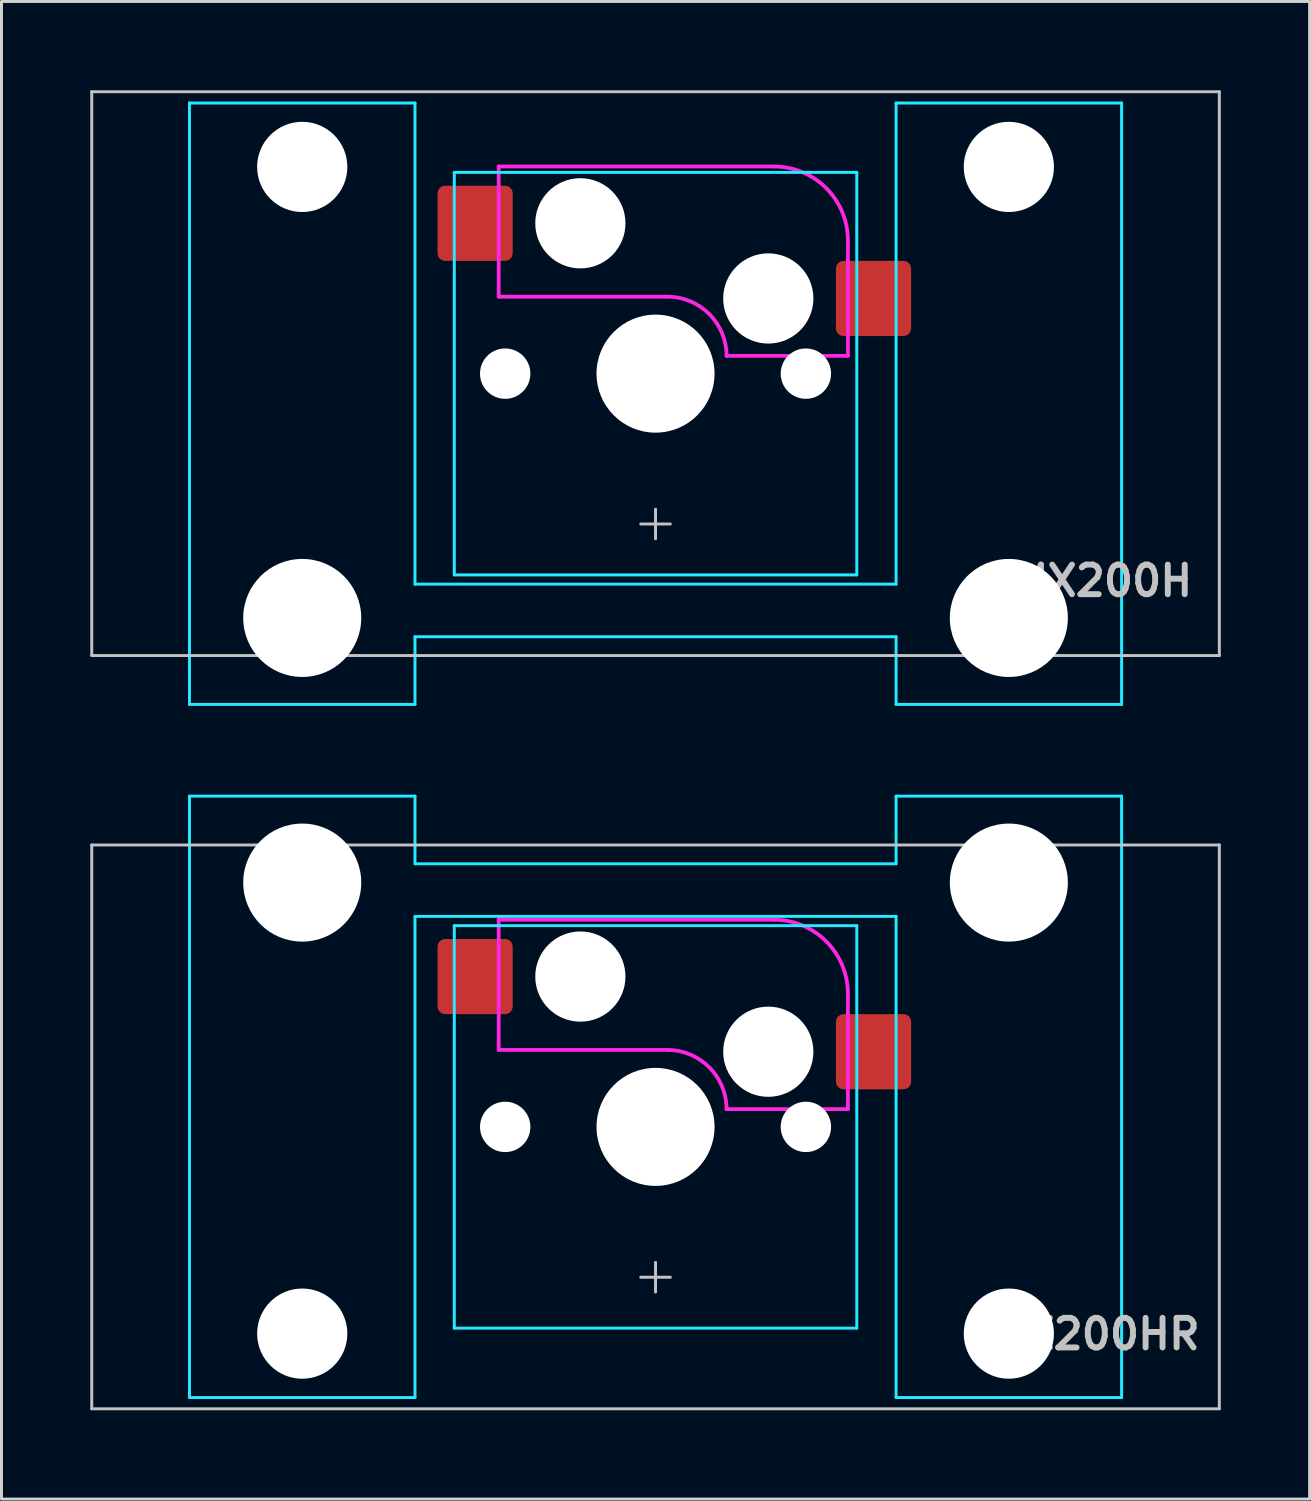
<source format=kicad_pcb>
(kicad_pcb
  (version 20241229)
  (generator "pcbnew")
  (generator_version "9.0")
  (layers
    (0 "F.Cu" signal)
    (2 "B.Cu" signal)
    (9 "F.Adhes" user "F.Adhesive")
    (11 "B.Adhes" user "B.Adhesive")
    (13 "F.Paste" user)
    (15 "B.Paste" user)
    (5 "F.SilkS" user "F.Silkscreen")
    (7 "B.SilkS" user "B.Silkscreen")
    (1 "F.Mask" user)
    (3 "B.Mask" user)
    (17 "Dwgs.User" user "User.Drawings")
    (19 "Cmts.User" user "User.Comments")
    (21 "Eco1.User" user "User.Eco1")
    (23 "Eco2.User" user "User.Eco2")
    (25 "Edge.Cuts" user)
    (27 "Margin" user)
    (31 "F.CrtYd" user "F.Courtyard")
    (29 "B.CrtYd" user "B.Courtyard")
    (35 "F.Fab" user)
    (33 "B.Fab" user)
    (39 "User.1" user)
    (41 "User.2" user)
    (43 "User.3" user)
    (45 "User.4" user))
  (footprint "MX200HR"
    (layer "F.Cu")
    (at 19.1 35.027)
    (property "Reference" "MX200HR" (at 18.5 7 0) (layer "Dwgs.User") (effects (font (size 1 1) (thickness 0.2)) (justify right)))
    (attr smd)
    (fp_line (start -19.05 -9.525) (end -19.05 9.525) (stroke (width 0.1) (type solid)) (layer "Dwgs.User"))
    (fp_line (start -19.05 -9.525) (end 19.05 -9.525) (stroke (width 0.1) (type solid)) (layer "Dwgs.User"))
    (fp_line (start -19.05 9.525) (end 19.05 9.525) (stroke (width 0.1) (type solid)) (layer "Dwgs.User"))
    (fp_line (start -0.5 5.08) (end 0.5 5.08) (stroke (width 0.1) (type solid)) (layer "Dwgs.User"))
    (fp_line (start 0 4.58) (end 0 5.58) (stroke (width 0.1) (type solid)) (layer "Dwgs.User"))
    (fp_line (start 19.05 -9.525) (end 19.05 9.525) (stroke (width 0.1) (type solid)) (layer "Dwgs.User"))
    (fp_line (start -15.438 -8.515) (end -15.438 5.485) (stroke (width 0.1) (type solid)) (layer "Eco1.User"))
    (fp_line (start -14.938 -9.015) (end -8.938 -9.015) (stroke (width 0.1) (type solid)) (layer "Eco1.User"))
    (fp_line (start -8.938 5.985) (end -14.938 5.985) (stroke (width 0.1) (type solid)) (layer "Eco1.User"))
    (fp_line (start -8.438 5.485) (end -8.438 -8.515) (stroke (width 0.1) (type solid)) (layer "Eco1.User"))
    (fp_line (start -7 -6.5) (end -7 6.5) (stroke (width 0.1) (type solid)) (layer "Eco1.User"))
    (fp_line (start -6.5 7) (end 6.5 7) (stroke (width 0.1) (type solid)) (layer "Eco1.User"))
    (fp_line (start 6.5 -7) (end -6.5 -7) (stroke (width 0.1) (type solid)) (layer "Eco1.User"))
    (fp_line (start 7 6.5) (end 7 -6.5) (stroke (width 0.1) (type solid)) (layer "Eco1.User"))
    (fp_line (start 8.438 -8.515) (end 8.438 5.485) (stroke (width 0.1) (type solid)) (layer "Eco1.User"))
    (fp_line (start 8.938 -9.015) (end 14.938 -9.015) (stroke (width 0.1) (type solid)) (layer "Eco1.User"))
    (fp_line (start 14.938 5.985) (end 8.938 5.985) (stroke (width 0.1) (type solid)) (layer "Eco1.User"))
    (fp_line (start 15.438 5.485) (end 15.438 -8.515) (stroke (width 0.1) (type solid)) (layer "Eco1.User"))
    (fp_arc (start -15.438 -8.515) (mid -15.291553 -8.868553) (end -14.938 -9.015) (stroke (width 0.1) (type solid)) (layer "Eco1.User"))
    (fp_arc (start -14.938 5.985) (mid -15.291553 5.838553) (end -15.438 5.485) (stroke (width 0.1) (type solid)) (layer "Eco1.User"))
    (fp_arc (start -8.938 -9.015) (mid -8.584447 -8.868553) (end -8.438 -8.515) (stroke (width 0.1) (type solid)) (layer "Eco1.User"))
    (fp_arc (start -8.438 5.485) (mid -8.584447 5.838553) (end -8.938 5.985) (stroke (width 0.1) (type solid)) (layer "Eco1.User"))
    (fp_arc (start -7 -6.5) (mid -6.853562 -6.853562) (end -6.5 -7) (stroke (width 0.1) (type solid)) (layer "Eco1.User"))
    (fp_arc (start -6.5 7) (mid -6.853524 6.853524) (end -7 6.5) (stroke (width 0.1) (type solid)) (layer "Eco1.User"))
    (fp_arc (start 6.5 -7) (mid 6.853524 -6.853524) (end 7 -6.5) (stroke (width 0.1) (type solid)) (layer "Eco1.User"))
    (fp_arc (start 7 6.5) (mid 6.853553 6.853553) (end 6.5 7) (stroke (width 0.1) (type solid)) (layer "Eco1.User"))
    (fp_arc (start 8.438 -8.515) (mid 8.584447 -8.868553) (end 8.938 -9.015) (stroke (width 0.1) (type solid)) (layer "Eco1.User"))
    (fp_arc (start 8.938 5.985) (mid 8.584447 5.838553) (end 8.438 5.485) (stroke (width 0.1) (type solid)) (layer "Eco1.User"))
    (fp_arc (start 14.938 -9.015) (mid 15.291553 -8.868553) (end 15.438 -8.515) (stroke (width 0.1) (type solid)) (layer "Eco1.User"))
    (fp_arc (start 15.438 5.485) (mid 15.291553 5.838553) (end 14.938 5.985) (stroke (width 0.1) (type solid)) (layer "Eco1.User"))
    (fp_line (start -15.748 -11.176) (end -15.748 9.144) (stroke (width 0.1) (type solid)) (layer "B.CrtYd"))
    (fp_line (start -15.748 9.144) (end -8.128 9.144) (stroke (width 0.1) (type solid)) (layer "B.CrtYd"))
    (fp_line (start -8.128 -11.176) (end -15.748 -11.176) (stroke (width 0.1) (type solid)) (layer "B.CrtYd"))
    (fp_line (start -8.128 -8.89) (end -8.128 -11.176) (stroke (width 0.1) (type solid)) (layer "B.CrtYd"))
    (fp_line (start -8.128 -7.112) (end -8.128 9.142) (stroke (width 0.1) (type solid)) (layer "B.CrtYd"))
    (fp_line (start -6.8 -6.8) (end -6.8 6.8) (stroke (width 0.1) (type solid)) (layer "B.CrtYd"))
    (fp_line (start -6.8 -6.8) (end 6.8 -6.8) (stroke (width 0.1) (type solid)) (layer "B.CrtYd"))
    (fp_line (start -6.8 6.8) (end 6.8 6.8) (stroke (width 0.1) (type solid)) (layer "B.CrtYd"))
    (fp_line (start 6.8 -6.8) (end 6.8 6.8) (stroke (width 0.1) (type solid)) (layer "B.CrtYd"))
    (fp_line (start 8.128 -8.89) (end -8.128 -8.89) (stroke (width 0.1) (type solid)) (layer "B.CrtYd"))
    (fp_line (start 8.128 -8.89) (end 8.128 -11.176) (stroke (width 0.1) (type solid)) (layer "B.CrtYd"))
    (fp_line (start 8.128 -7.112) (end -8.128 -7.112) (stroke (width 0.1) (type solid)) (layer "B.CrtYd"))
    (fp_line (start 8.128 -7.112) (end 8.128 9.144) (stroke (width 0.1) (type solid)) (layer "B.CrtYd"))
    (fp_line (start 8.128 9.144) (end 15.748 9.144) (stroke (width 0.1) (type solid)) (layer "B.CrtYd"))
    (fp_line (start 15.748 -11.176) (end 8.128 -11.176) (stroke (width 0.1) (type solid)) (layer "B.CrtYd"))
    (fp_line (start 15.748 9.144) (end 15.748 -11.176) (stroke (width 0.1) (type solid)) (layer "B.CrtYd"))
    (fp_line (start -5.3 -7) (end -5.3 -2.6) (stroke (width 0.127) (type solid)) (layer "F.CrtYd"))
    (fp_line (start -5.3 -7) (end 4 -7) (stroke (width 0.127) (type solid)) (layer "F.CrtYd"))
    (fp_line (start 0.4 -2.6) (end -5.3 -2.6) (stroke (width 0.127) (type solid)) (layer "F.CrtYd"))
    (fp_line (start 6.5 -4.5) (end 6.5 -0.6) (stroke (width 0.127) (type solid)) (layer "F.CrtYd"))
    (fp_line (start 6.5 -0.6) (end 2.4 -0.6) (stroke (width 0.127) (type solid)) (layer "F.CrtYd"))
    (fp_arc (start 0.4 -2.6) (mid 1.814214 -2.014214) (end 2.4 -0.6) (stroke (width 0.127) (type solid)) (layer "F.CrtYd"))
    (fp_arc (start 4 -7) (mid 5.767767 -6.267767) (end 6.5 -4.5) (stroke (width 0.127) (type solid)) (layer "F.CrtYd"))
    (pad "" np_thru_hole circle (at -11.938 -8.255 180) (size 3.988 3.988) (drill 3.988) (layers "*.Cu" "*.Mask"))
    (pad "" np_thru_hole circle (at -11.938 6.985 180) (size 3.048 3.048) (drill 3.048) (layers "*.Cu" "*.Mask"))
    (pad "" np_thru_hole circle (at -5.08 0) (size 1.702 1.702) (drill 1.702) (layers "*.Cu" "*.Mask"))
    (pad "" np_thru_hole circle (at -2.54 -5.08) (size 3.048 3.048) (drill 3.048) (layers "*.Cu" "*.Mask"))
    (pad "" np_thru_hole circle (at 0 0) (size 3.988 3.988) (drill 3.988) (layers "*.Cu" "*.Mask"))
    (pad "" np_thru_hole circle (at 3.81 -2.54 90) (size 3.048 3.048) (drill 3.048) (layers "*.Cu" "*.Mask"))
    (pad "" np_thru_hole circle (at 5.08 0) (size 1.702 1.702) (drill 1.702) (layers "*.Cu" "*.Mask"))
    (pad "" np_thru_hole circle (at 11.938 -8.255 180) (size 3.988 3.988) (drill 3.988) (layers "*.Cu" "*.Mask"))
    (pad "" np_thru_hole circle (at 11.938 6.985 180) (size 3.048 3.048) (drill 3.048) (layers "*.Cu" "*.Mask"))
    (pad "1" smd roundrect (at -6.096 -5.08) (size 2.54 2.54) (layers "F.Cu" "F.Mask") (roundrect_rratio 0.1))
    (pad "2" smd roundrect (at 7.366 -2.54) (size 2.54 2.54) (layers "F.Cu" "F.Mask") (roundrect_rratio 0.1)))
  (footprint "MX200H"
    (layer "F.Cu")
    (at 19.1 9.575)
    (property "Reference" "MX200H" (at 18.25 7 0) (layer "Dwgs.User") (effects (font (size 1 1) (thickness 0.2)) (justify right)))
    (attr smd)
    (fp_line (start -19.05 -9.525) (end -19.05 9.525) (stroke (width 0.1) (type solid)) (layer "Dwgs.User"))
    (fp_line (start -19.05 -9.525) (end 19.05 -9.525) (stroke (width 0.1) (type solid)) (layer "Dwgs.User"))
    (fp_line (start -19.05 9.525) (end 19.05 9.525) (stroke (width 0.1) (type solid)) (layer "Dwgs.User"))
    (fp_line (start -0.5 5.08) (end 0.5 5.08) (stroke (width 0.1) (type solid)) (layer "Dwgs.User"))
    (fp_line (start 0 4.58) (end 0 5.58) (stroke (width 0.1) (type solid)) (layer "Dwgs.User"))
    (fp_line (start 19.05 -9.525) (end 19.05 9.525) (stroke (width 0.1) (type solid)) (layer "Dwgs.User"))
    (fp_line (start -15.438 -5.485) (end -15.438 8.515) (stroke (width 0.1) (type solid)) (layer "Eco1.User"))
    (fp_line (start -14.938 -5.985) (end -8.938 -5.985) (stroke (width 0.1) (type solid)) (layer "Eco1.User"))
    (fp_line (start -8.938 9.015) (end -14.938 9.015) (stroke (width 0.1) (type solid)) (layer "Eco1.User"))
    (fp_line (start -8.438 8.515) (end -8.438 -5.485) (stroke (width 0.1) (type solid)) (layer "Eco1.User"))
    (fp_line (start -7 -6.5) (end -7 6.5) (stroke (width 0.1) (type solid)) (layer "Eco1.User"))
    (fp_line (start -6.5 7) (end 6.5 7) (stroke (width 0.1) (type solid)) (layer "Eco1.User"))
    (fp_line (start 6.5 -7) (end -6.5 -7) (stroke (width 0.1) (type solid)) (layer "Eco1.User"))
    (fp_line (start 7 6.5) (end 7 -6.5) (stroke (width 0.1) (type solid)) (layer "Eco1.User"))
    (fp_line (start 8.438 -5.485) (end 8.438 8.515) (stroke (width 0.1) (type solid)) (layer "Eco1.User"))
    (fp_line (start 8.938 -5.985) (end 14.938 -5.985) (stroke (width 0.1) (type solid)) (layer "Eco1.User"))
    (fp_line (start 14.938 9.015) (end 8.938 9.015) (stroke (width 0.1) (type solid)) (layer "Eco1.User"))
    (fp_line (start 15.438 8.515) (end 15.438 -5.485) (stroke (width 0.1) (type solid)) (layer "Eco1.User"))
    (fp_arc (start -15.438 -5.485) (mid -15.291553 -5.838553) (end -14.938 -5.985) (stroke (width 0.1) (type solid)) (layer "Eco1.User"))
    (fp_arc (start -14.938 9.015) (mid -15.291553 8.868553) (end -15.438 8.515) (stroke (width 0.1) (type solid)) (layer "Eco1.User"))
    (fp_arc (start -8.938 -5.985) (mid -8.584447 -5.838553) (end -8.438 -5.485) (stroke (width 0.1) (type solid)) (layer "Eco1.User"))
    (fp_arc (start -8.438 8.515) (mid -8.584447 8.868553) (end -8.938 9.015) (stroke (width 0.1) (type solid)) (layer "Eco1.User"))
    (fp_arc (start -7 -6.5) (mid -6.853556 -6.853571) (end -6.5 -7) (stroke (width 0.1) (type solid)) (layer "Eco1.User"))
    (fp_arc (start -6.5 7) (mid -6.853521 6.853536) (end -7 6.5) (stroke (width 0.1) (type solid)) (layer "Eco1.User"))
    (fp_arc (start 6.5 -7) (mid 6.853521 -6.853536) (end 7 -6.5) (stroke (width 0.1) (type solid)) (layer "Eco1.User"))
    (fp_arc (start 7 6.5) (mid 6.853556 6.853571) (end 6.5 7) (stroke (width 0.1) (type solid)) (layer "Eco1.User"))
    (fp_arc (start 8.438 -5.485) (mid 8.584447 -5.838553) (end 8.938 -5.985) (stroke (width 0.1) (type solid)) (layer "Eco1.User"))
    (fp_arc (start 8.938 9.015) (mid 8.584447 8.868553) (end 8.438 8.515) (stroke (width 0.1) (type solid)) (layer "Eco1.User"))
    (fp_arc (start 14.938 -5.985) (mid 15.291553 -5.838553) (end 15.438 -5.485) (stroke (width 0.1) (type solid)) (layer "Eco1.User"))
    (fp_arc (start 15.438 8.515) (mid 15.291553 8.868553) (end 14.938 9.015) (stroke (width 0.1) (type solid)) (layer "Eco1.User"))
    (fp_line (start -15.748 -9.144) (end -15.748 11.176) (stroke (width 0.1) (type solid)) (layer "B.CrtYd"))
    (fp_line (start -15.748 11.176) (end -8.128 11.176) (stroke (width 0.1) (type solid)) (layer "B.CrtYd"))
    (fp_line (start -8.128 -9.144) (end -15.748 -9.144) (stroke (width 0.1) (type solid)) (layer "B.CrtYd"))
    (fp_line (start -8.128 7.112) (end -8.128 -9.144) (stroke (width 0.1) (type solid)) (layer "B.CrtYd"))
    (fp_line (start -8.128 7.112) (end 8.128 7.112) (stroke (width 0.1) (type solid)) (layer "B.CrtYd"))
    (fp_line (start -8.128 8.89) (end -8.128 11.176) (stroke (width 0.1) (type solid)) (layer "B.CrtYd"))
    (fp_line (start -8.128 8.89) (end 8.128 8.89) (stroke (width 0.1) (type solid)) (layer "B.CrtYd"))
    (fp_line (start -6.8 -6.8) (end -6.8 6.8) (stroke (width 0.1) (type solid)) (layer "B.CrtYd"))
    (fp_line (start -6.8 -6.8) (end 6.8 -6.8) (stroke (width 0.1) (type solid)) (layer "B.CrtYd"))
    (fp_line (start -6.8 6.8) (end 6.8 6.8) (stroke (width 0.1) (type solid)) (layer "B.CrtYd"))
    (fp_line (start 6.8 -6.8) (end 6.8 6.8) (stroke (width 0.1) (type solid)) (layer "B.CrtYd"))
    (fp_line (start 8.128 7.112) (end 8.128 -9.144) (stroke (width 0.1) (type solid)) (layer "B.CrtYd"))
    (fp_line (start 8.128 8.89) (end 8.128 11.176) (stroke (width 0.1) (type solid)) (layer "B.CrtYd"))
    (fp_line (start 8.128 11.176) (end 15.748 11.176) (stroke (width 0.1) (type solid)) (layer "B.CrtYd"))
    (fp_line (start 15.748 -9.144) (end 8.128 -9.144) (stroke (width 0.1) (type solid)) (layer "B.CrtYd"))
    (fp_line (start 15.748 11.176) (end 15.748 -9.144) (stroke (width 0.1) (type solid)) (layer "B.CrtYd"))
    (fp_line (start -5.3 -7) (end -5.3 -2.6) (stroke (width 0.127) (type solid)) (layer "F.CrtYd"))
    (fp_line (start -5.3 -7) (end 4 -7) (stroke (width 0.127) (type solid)) (layer "F.CrtYd"))
    (fp_line (start 0.4 -2.6) (end -5.3 -2.6) (stroke (width 0.127) (type solid)) (layer "F.CrtYd"))
    (fp_line (start 6.5 -4.5) (end 6.5 -0.6) (stroke (width 0.127) (type solid)) (layer "F.CrtYd"))
    (fp_line (start 6.5 -0.6) (end 2.4 -0.6) (stroke (width 0.127) (type solid)) (layer "F.CrtYd"))
    (fp_arc (start 0.4 -2.6) (mid 1.814214 -2.014214) (end 2.4 -0.6) (stroke (width 0.127) (type solid)) (layer "F.CrtYd"))
    (fp_arc (start 4 -7) (mid 5.767767 -6.267767) (end 6.5 -4.5) (stroke (width 0.127) (type solid)) (layer "F.CrtYd"))
    (pad "" np_thru_hole circle (at -11.938 -6.985) (size 3.048 3.048) (drill 3.048) (layers "*.Cu" "*.Mask"))
    (pad "" np_thru_hole circle (at -11.938 8.255) (size 3.988 3.988) (drill 3.988) (layers "*.Cu" "*.Mask"))
    (pad "" np_thru_hole circle (at -5.08 0) (size 1.702 1.702) (drill 1.702) (layers "*.Cu" "*.Mask"))
    (pad "" np_thru_hole circle (at -2.54 -5.08) (size 3.048 3.048) (drill 3.048) (layers "*.Cu" "*.Mask"))
    (pad "" np_thru_hole circle (at 0 0) (size 3.988 3.988) (drill 3.988) (layers "*.Cu" "*.Mask"))
    (pad "" np_thru_hole circle (at 3.81 -2.54 90) (size 3.048 3.048) (drill 3.048) (layers "*.Cu" "*.Mask"))
    (pad "" np_thru_hole circle (at 5.08 0) (size 1.702 1.702) (drill 1.702) (layers "*.Cu" "*.Mask"))
    (pad "" np_thru_hole circle (at 11.938 -6.985) (size 3.048 3.048) (drill 3.048) (layers "*.Cu" "*.Mask"))
    (pad "" np_thru_hole circle (at 11.938 8.255) (size 3.988 3.988) (drill 3.988) (layers "*.Cu" "*.Mask"))
    (pad "1" smd roundrect (at -6.096 -5.08) (size 2.54 2.54) (layers "F.Cu" "F.Mask") (roundrect_rratio 0.1))
    (pad "2" smd roundrect (at 7.366 -2.54) (size 2.54 2.54) (layers "F.Cu" "F.Mask") (roundrect_rratio 0.1)))
  (gr_rect
    (start -3 -3)
    (end 41.2 47.602)
    (stroke (width 0.1) (type default))
    (fill no)
    (layer "Edge.Cuts")))
</source>
